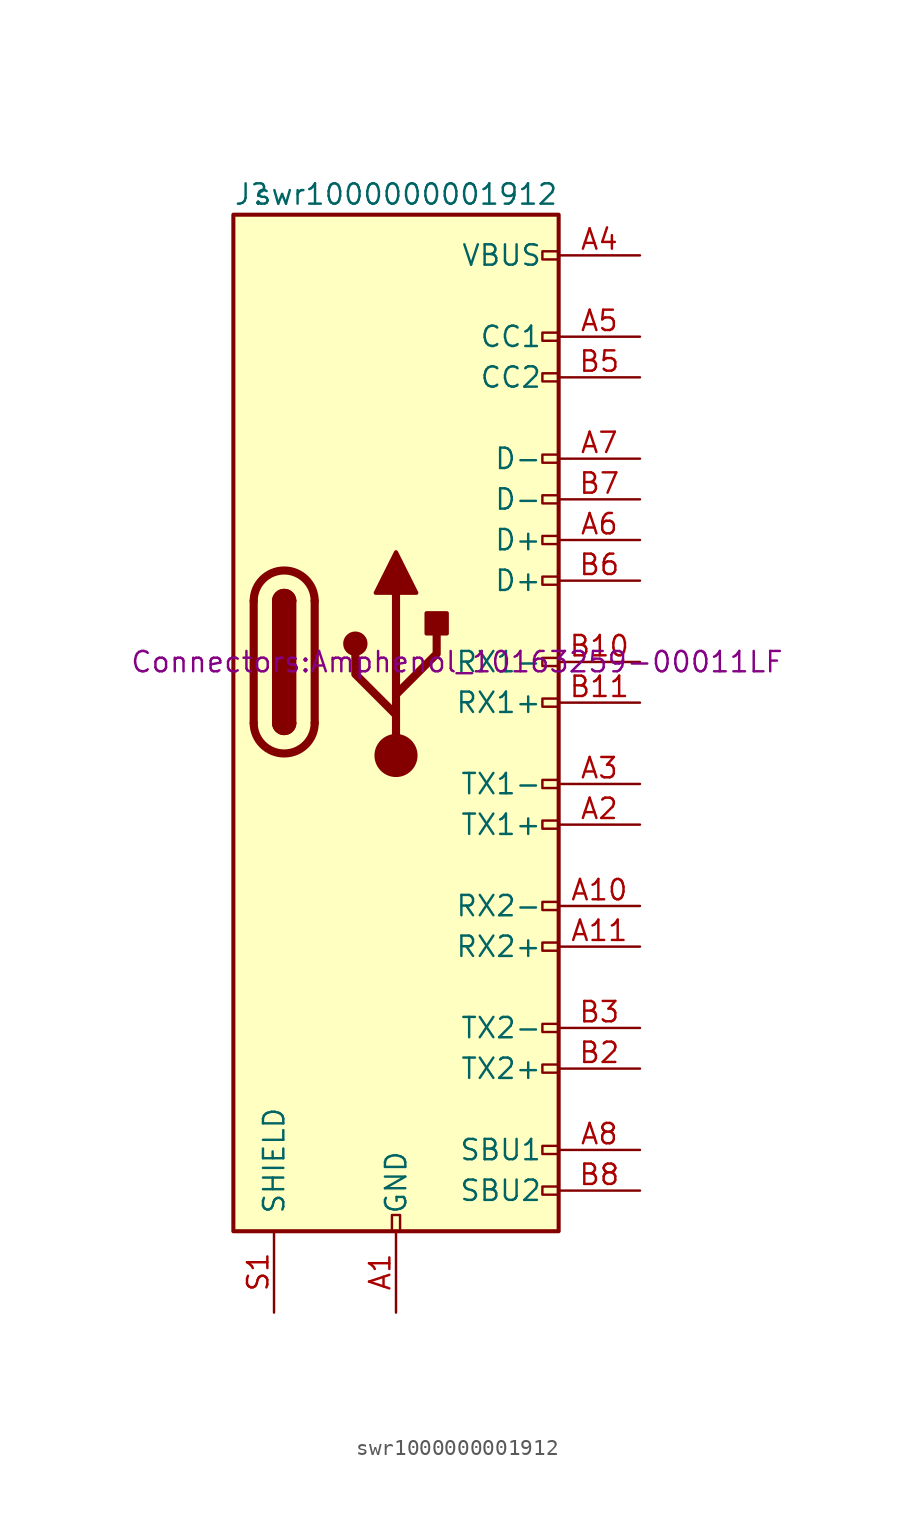
<source format=kicad_sym>
(kicad_symbol_lib
  (version 20220914)
  (generator kicad_symbol_editor)
  (symbol "swr1000000001912"
    (pin_names
      (offset 1.016))
    (property "Reference" "J"
      (at -10.16 29.21 0)
      (effects (font (size 1.27 1.27)) (justify left)))
    (property "Value" "swr1000000001912"
      (at 10.16 29.21 0)
      (effects (font (size 1.27 1.27)) (justify right)))
    (property "Footprint" "Connectors:Amphenol_10163259-00011LF"
      (at 3.81 0 0)
      (effects (font (size 1.27 1.27))))
    (symbol "swr1000000001912_0_0"
      (rectangle (start -0.254 -35.56) (end 0.254 -34.544) (stroke (width 0) (type default)) (fill (type none)))
      (rectangle (start 10.16 -32.766) (end 9.144 -33.274) (stroke (width 0) (type default)) (fill (type none)))
      (rectangle (start 10.16 -30.226) (end 9.144 -30.734) (stroke (width 0) (type default)) (fill (type none)))
      (rectangle (start 10.16 -25.146) (end 9.144 -25.654) (stroke (width 0) (type default)) (fill (type none)))
      (rectangle (start 10.16 -22.606) (end 9.144 -23.114) (stroke (width 0) (type default)) (fill (type none)))
      (rectangle (start 10.16 -17.526) (end 9.144 -18.034) (stroke (width 0) (type default)) (fill (type none)))
      (rectangle (start 10.16 -14.986) (end 9.144 -15.494) (stroke (width 0) (type default)) (fill (type none)))
      (rectangle (start 10.16 -9.906) (end 9.144 -10.414) (stroke (width 0) (type default)) (fill (type none)))
      (rectangle (start 10.16 -7.366) (end 9.144 -7.874) (stroke (width 0) (type default)) (fill (type none)))
      (rectangle (start 10.16 -2.286) (end 9.144 -2.794) (stroke (width 0) (type default)) (fill (type none)))
      (rectangle (start 10.16 0.254) (end 9.144 -0.254) (stroke (width 0) (type default)) (fill (type none)))
      (rectangle (start 10.16 5.334) (end 9.144 4.826) (stroke (width 0) (type default)) (fill (type none)))
      (rectangle (start 10.16 7.874) (end 9.144 7.366) (stroke (width 0) (type default)) (fill (type none)))
      (rectangle (start 10.16 10.414) (end 9.144 9.906) (stroke (width 0) (type default)) (fill (type none)))
      (rectangle (start 10.16 12.954) (end 9.144 12.446) (stroke (width 0) (type default)) (fill (type none)))
      (rectangle (start 10.16 18.034) (end 9.144 17.526) (stroke (width 0) (type default)) (fill (type none)))
      (rectangle (start 10.16 20.574) (end 9.144 20.066) (stroke (width 0) (type default)) (fill (type none)))
      (rectangle (start 10.16 25.654) (end 9.144 25.146) (stroke (width 0) (type default)) (fill (type none))))
    (symbol "swr1000000001912_0_1"
      (rectangle (start -10.16 27.94) (end 10.16 -35.56) (stroke (width 0.254) (type default)) (fill (type background)))
      (arc (start -8.89 -3.81) (mid -6.985 -5.7067) (end -5.08 -3.81) (stroke (width 0.508) (type default)) (fill (type none)))
      (arc (start -7.62 -3.81) (mid -6.985 -4.4423) (end -6.35 -3.81) (stroke (width 0.254) (type default)) (fill (type none)))
      (arc (start -7.62 -3.81) (mid -6.985 -4.4423) (end -6.35 -3.81) (stroke (width 0.254) (type default)) (fill (type outline)))
      (rectangle (start -7.62 -3.81) (end -6.35 3.81) (stroke (width 0.254) (type default)) (fill (type outline)))
      (arc (start -6.35 3.81) (mid -6.985 4.4423) (end -7.62 3.81) (stroke (width 0.254) (type default)) (fill (type none)))
      (arc (start -6.35 3.81) (mid -6.985 4.4423) (end -7.62 3.81) (stroke (width 0.254) (type default)) (fill (type outline)))
      (arc (start -5.08 3.81) (mid -6.985 5.7067) (end -8.89 3.81) (stroke (width 0.508) (type default)) (fill (type none)))
      (polyline (pts (xy -8.89 -3.81) (xy -8.89 3.81)) (stroke (width 0.508) (type default)) (fill (type none)))
      (polyline (pts (xy -5.08 3.81) (xy -5.08 -3.81)) (stroke (width 0.508) (type default)) (fill (type none))))
    (symbol "swr1000000001912_1_1"
      (circle (center -2.54 1.143) (radius 0.635) (stroke (width 0.254) (type default)) (fill (type outline)))
      (circle (center 0 -5.842) (radius 1.27) (stroke (width 0) (type default)) (fill (type outline)))
      (polyline (pts (xy 0 -5.842) (xy 0 4.318)) (stroke (width 0.508) (type default)) (fill (type none)))
      (polyline (pts (xy 0 -3.302) (xy -2.54 -0.762) (xy -2.54 0.508)) (stroke (width 0.508) (type default)) (fill (type none)))
      (polyline (pts (xy 0 -2.032) (xy 2.54 0.508) (xy 2.54 1.778)) (stroke (width 0.508) (type default)) (fill (type none)))
      (polyline (pts (xy -1.27 4.318) (xy 0 6.858) (xy 1.27 4.318) (xy -1.27 4.318)) (stroke (width 0.254) (type default)) (fill (type outline)))
      (rectangle (start 1.905 1.778) (end 3.175 3.048) (stroke (width 0.254) (type default)) (fill (type outline)))
      (pin passive line (at 0 -40.64 90) (length 5.08) (name "GND" (effects (font (size 1.27 1.27)))) (number "A1" (effects (font (size 1.27 1.27)))))
      (pin bidirectional line (at 15.24 -15.24 180) (length 5.08) (name "RX2-" (effects (font (size 1.27 1.27)))) (number "A10" (effects (font (size 1.27 1.27)))))
      (pin bidirectional line (at 15.24 -17.78 180) (length 5.08) (name "RX2+" (effects (font (size 1.27 1.27)))) (number "A11" (effects (font (size 1.27 1.27)))))
      (pin passive line (at 0 -40.64 90) (length 5.08) hide (name "GND" (effects (font (size 1.27 1.27)))) (number "A12" (effects (font (size 1.27 1.27)))))
      (pin bidirectional line (at 15.24 -10.16 180) (length 5.08) (name "TX1+" (effects (font (size 1.27 1.27)))) (number "A2" (effects (font (size 1.27 1.27)))))
      (pin bidirectional line (at 15.24 -7.62 180) (length 5.08) (name "TX1-" (effects (font (size 1.27 1.27)))) (number "A3" (effects (font (size 1.27 1.27)))))
      (pin passive line (at 15.24 25.4 180) (length 5.08) (name "VBUS" (effects (font (size 1.27 1.27)))) (number "A4" (effects (font (size 1.27 1.27)))))
      (pin bidirectional line (at 15.24 20.32 180) (length 5.08) (name "CC1" (effects (font (size 1.27 1.27)))) (number "A5" (effects (font (size 1.27 1.27)))))
      (pin bidirectional line (at 15.24 7.62 180) (length 5.08) (name "D+" (effects (font (size 1.27 1.27)))) (number "A6" (effects (font (size 1.27 1.27)))))
      (pin bidirectional line (at 15.24 12.7 180) (length 5.08) (name "D-" (effects (font (size 1.27 1.27)))) (number "A7" (effects (font (size 1.27 1.27)))))
      (pin bidirectional line (at 15.24 -30.48 180) (length 5.08) (name "SBU1" (effects (font (size 1.27 1.27)))) (number "A8" (effects (font (size 1.27 1.27)))))
      (pin passive line (at 15.24 25.4 180) (length 5.08) hide (name "VBUS" (effects (font (size 1.27 1.27)))) (number "A9" (effects (font (size 1.27 1.27)))))
      (pin passive line (at 0 -40.64 90) (length 5.08) hide (name "GND" (effects (font (size 1.27 1.27)))) (number "B1" (effects (font (size 1.27 1.27)))))
      (pin bidirectional line (at 15.24 0 180) (length 5.08) (name "RX1-" (effects (font (size 1.27 1.27)))) (number "B10" (effects (font (size 1.27 1.27)))))
      (pin bidirectional line (at 15.24 -2.54 180) (length 5.08) (name "RX1+" (effects (font (size 1.27 1.27)))) (number "B11" (effects (font (size 1.27 1.27)))))
      (pin passive line (at 0 -40.64 90) (length 5.08) hide (name "GND" (effects (font (size 1.27 1.27)))) (number "B12" (effects (font (size 1.27 1.27)))))
      (pin bidirectional line (at 15.24 -25.4 180) (length 5.08) (name "TX2+" (effects (font (size 1.27 1.27)))) (number "B2" (effects (font (size 1.27 1.27)))))
      (pin bidirectional line (at 15.24 -22.86 180) (length 5.08) (name "TX2-" (effects (font (size 1.27 1.27)))) (number "B3" (effects (font (size 1.27 1.27)))))
      (pin passive line (at 15.24 25.4 180) (length 5.08) hide (name "VBUS" (effects (font (size 1.27 1.27)))) (number "B4" (effects (font (size 1.27 1.27)))))
      (pin bidirectional line (at 15.24 17.78 180) (length 5.08) (name "CC2" (effects (font (size 1.27 1.27)))) (number "B5" (effects (font (size 1.27 1.27)))))
      (pin bidirectional line (at 15.24 5.08 180) (length 5.08) (name "D+" (effects (font (size 1.27 1.27)))) (number "B6" (effects (font (size 1.27 1.27)))))
      (pin bidirectional line (at 15.24 10.16 180) (length 5.08) (name "D-" (effects (font (size 1.27 1.27)))) (number "B7" (effects (font (size 1.27 1.27)))))
      (pin bidirectional line (at 15.24 -33.02 180) (length 5.08) (name "SBU2" (effects (font (size 1.27 1.27)))) (number "B8" (effects (font (size 1.27 1.27)))))
      (pin passive line (at 15.24 25.4 180) (length 5.08) hide (name "VBUS" (effects (font (size 1.27 1.27)))) (number "B9" (effects (font (size 1.27 1.27)))))
      (pin passive line (at -7.62 -40.64 90) (length 5.08) (name "SHIELD" (effects (font (size 1.27 1.27)))) (number "S1" (effects (font (size 1.27 1.27))))))))
</source>
